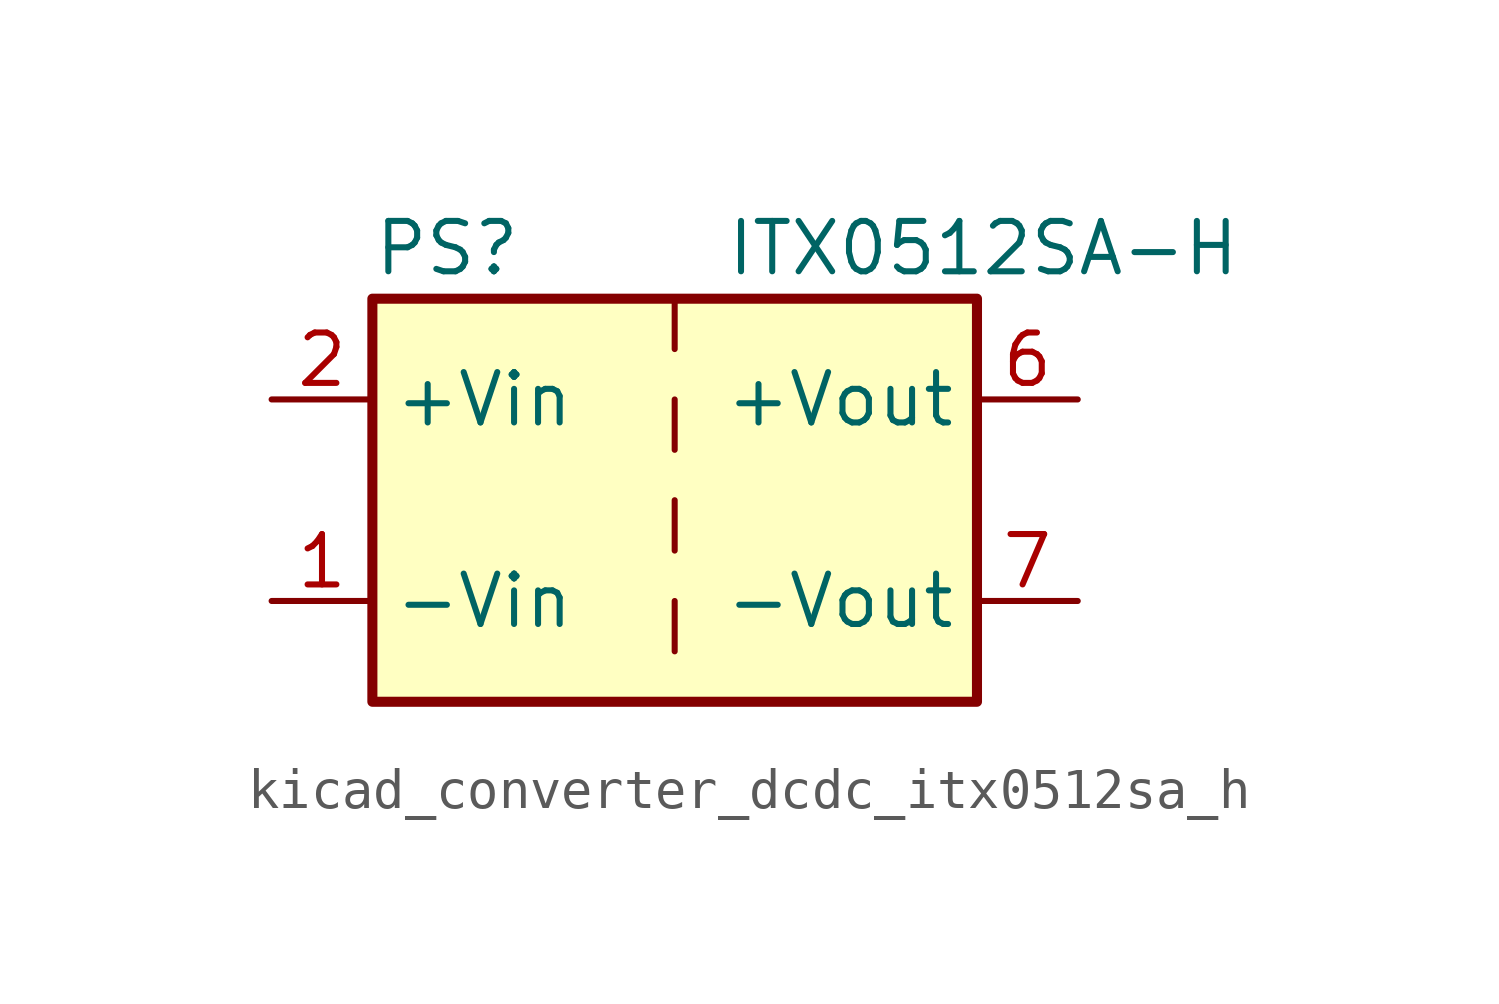
<source format=kicad_sym>
(kicad_symbol_lib
  (version 20220914)
  (generator kicad_symbol_editor)
  (symbol "kicad_converter_dcdc_itx0512sa_h"
    (property "Reference" "PS"
      (at -7.62 6.35 0)
      (effects (font (size 1.27 1.27)) (justify left)))
    (property "Value" "ITX0512SA-H"
      (at 1.27 6.35 0)
      (effects (font (size 1.27 1.27)) (justify left)))
    (symbol "kicad_converter_dcdc_itx0512sa_h_0_0"
      (pin power_in line (at -10.16 -2.54 0) (length 2.54) (name "-Vin" (effects (font (size 1.27 1.27)))) (number "1" (effects (font (size 1.27 1.27)))))
      (pin power_in line (at -10.16 2.54 0) (length 2.54) (name "+Vin" (effects (font (size 1.27 1.27)))) (number "2" (effects (font (size 1.27 1.27)))))
      (pin power_out line (at 10.16 2.54 180) (length 2.54) (name "+Vout" (effects (font (size 1.27 1.27)))) (number "6" (effects (font (size 1.27 1.27)))))
      (pin power_out line (at 10.16 -2.54 180) (length 2.54) (name "-Vout" (effects (font (size 1.27 1.27)))) (number "7" (effects (font (size 1.27 1.27)))))
      (pin no_connect line (at 7.62 0 180) (length 2.54) hide (name "NC" (effects (font (size 1.27 1.27)))) (number "8" (effects (font (size 1.27 1.27))))))
    (symbol "kicad_converter_dcdc_itx0512sa_h_0_1"
      (rectangle (start -7.62 5.08) (end 7.62 -5.08) (stroke (width 0.254) (type default)) (fill (type background)))
      (polyline (pts (xy 0 -2.54) (xy 0 -3.81)) (stroke (width 0) (type default)) (fill (type none)))
      (polyline (pts (xy 0 0) (xy 0 -1.27)) (stroke (width 0) (type default)) (fill (type none)))
      (polyline (pts (xy 0 2.54) (xy 0 1.27)) (stroke (width 0) (type default)) (fill (type none)))
      (polyline (pts (xy 0 5.08) (xy 0 3.81)) (stroke (width 0) (type default)) (fill (type none))))))
</source>
